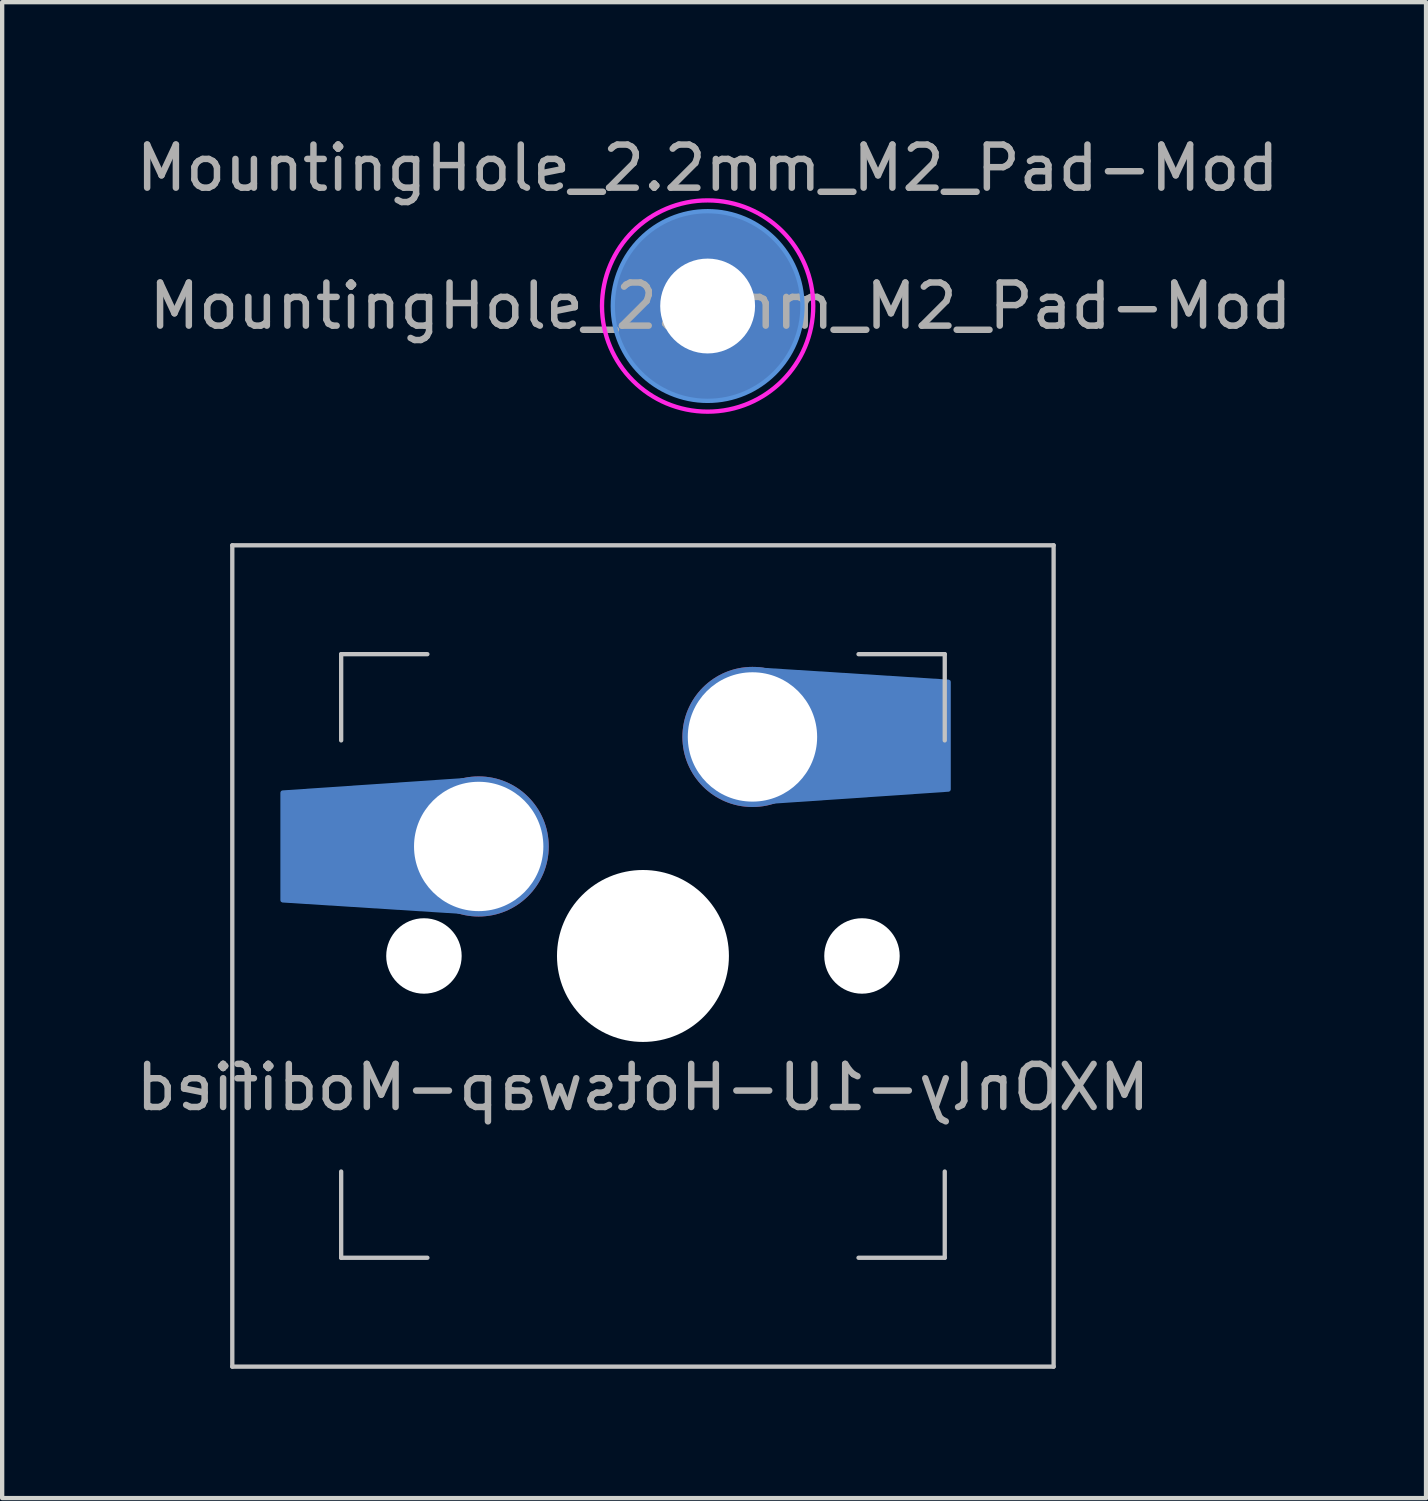
<source format=kicad_pcb>
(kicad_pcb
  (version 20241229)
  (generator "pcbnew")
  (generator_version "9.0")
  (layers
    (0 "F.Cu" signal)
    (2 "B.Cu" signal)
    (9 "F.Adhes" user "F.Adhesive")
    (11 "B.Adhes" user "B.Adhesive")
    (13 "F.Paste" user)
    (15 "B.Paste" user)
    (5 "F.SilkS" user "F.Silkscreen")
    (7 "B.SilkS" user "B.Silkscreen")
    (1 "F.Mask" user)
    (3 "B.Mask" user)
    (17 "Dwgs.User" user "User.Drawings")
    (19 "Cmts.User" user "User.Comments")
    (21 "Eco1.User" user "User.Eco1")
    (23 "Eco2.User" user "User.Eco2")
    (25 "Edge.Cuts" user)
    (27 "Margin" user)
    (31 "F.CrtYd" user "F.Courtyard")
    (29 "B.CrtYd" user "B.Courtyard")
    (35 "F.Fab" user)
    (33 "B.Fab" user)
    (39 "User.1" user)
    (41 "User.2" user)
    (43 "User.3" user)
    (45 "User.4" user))
  (footprint "MountingHole_2.2mm_M2_Pad-Mod"
    (layer "F.Cu")
    (at 13.363 4.048)
    (property "Reference" "MountingHole_2.2mm_M2_Pad-Mod" (at 0 -3.2 0) (layer "F.Fab") (effects (font (size 1 1) (thickness 0.15))))
    (attr exclude_from_pos_files)
    (fp_circle (center 0 0) (end 2.2 0) (stroke (width 0.1) (type solid)) (fill no) (layer "Cmts.User"))
    (fp_circle (center 0 0) (end 2.45 0) (stroke (width 0.1) (type solid)) (fill no) (layer "F.CrtYd"))
    (fp_circle (center 0 0) (end 1.15 0) (stroke (width 0.11) (type solid)) (fill no) (layer "User.2"))
    (fp_text user "${REFERENCE}" (at 0.3 0 0) (layer "F.Fab") (effects (font (size 1 1) (thickness 0.15))))
    (pad "1" thru_hole circle (at 0 0) (size 4.4 4.4) (drill 2.2) (layers "*.Cu" "*.Mask" "Eco1.User")))
  (footprint "MXOnly-1U-Hotswap-Modified"
    (layer "F.Cu")
    (at 11.863 19.123)
    (property "Reference" "MXOnly-1U-Hotswap-Modified" (at 0 3.048 0) (layer "F.Fab") (effects (font (size 1 1) (thickness 0.15)) (justify mirror)))
    (attr through_hole)
    (fp_line (start -9.525 -9.525) (end 9.525 -9.525) (stroke (width 0.1) (type solid)) (layer "Dwgs.User"))
    (fp_line (start -9.525 9.525) (end -9.525 -9.525) (stroke (width 0.1) (type solid)) (layer "Dwgs.User"))
    (fp_line (start -7 -7) (end -7 -5) (stroke (width 0.1) (type solid)) (layer "Dwgs.User"))
    (fp_line (start -7 5) (end -7 7) (stroke (width 0.1) (type solid)) (layer "Dwgs.User"))
    (fp_line (start -7 7) (end -5 7) (stroke (width 0.1) (type solid)) (layer "Dwgs.User"))
    (fp_line (start -5 -7) (end -7 -7) (stroke (width 0.1) (type solid)) (layer "Dwgs.User"))
    (fp_line (start 5 -7) (end 7 -7) (stroke (width 0.1) (type solid)) (layer "Dwgs.User"))
    (fp_line (start 5 7) (end 7 7) (stroke (width 0.1) (type solid)) (layer "Dwgs.User"))
    (fp_line (start 7 -7) (end 7 -5) (stroke (width 0.1) (type solid)) (layer "Dwgs.User"))
    (fp_line (start 7 7) (end 7 5) (stroke (width 0.1) (type solid)) (layer "Dwgs.User"))
    (fp_line (start 9.525 -9.525) (end 9.525 9.525) (stroke (width 0.1) (type solid)) (layer "Dwgs.User"))
    (fp_line (start 9.525 9.525) (end -9.525 9.525) (stroke (width 0.1) (type solid)) (layer "Dwgs.User"))
    (pad "" smd rect (at -7.085 -2.54) (size 2.55 2.5) (layers "B.Mask" "B.Paste"))
    (pad "" np_thru_hole circle (at -5.08 0 48.1) (size 1.75 1.75) (drill 1.75) (layers "*.Cu" "*.Mask"))
    (pad "" np_thru_hole circle (at 0 0) (size 3.988 3.988) (drill 3.988) (layers "*.Cu" "*.Mask"))
    (pad "" np_thru_hole circle (at 5.08 0 48.1) (size 1.75 1.75) (drill 1.75) (layers "*.Cu" "*.Mask"))
    (pad "" smd rect (at 5.815 -5.08) (size 2.55 2.5) (layers "B.Mask" "B.Paste"))
    (pad "1" smd custom (at -5.61 -2.54) (size 5.5 2.5) (layers "B.Cu") (options (anchor rect)) (primitives (gr_poly (pts (xy 1.8 1.54) (xy -2.75 1.25) (xy -2.75 -1.25) (xy 1.8 -1.56)) (width 0.1) (fill yes))))
    (pad "1" thru_hole circle (at -3.81 -2.54) (size 3.25 3.25) (drill 3) (layers "*.Cu" "*.Mask"))
    (pad "2" thru_hole circle (at 2.54 -5.08) (size 3.25 3.25) (drill 3) (layers "*.Cu" "*.Mask"))
    (pad "2" smd custom (at 4.34 -5.08) (size 5.5 2.5) (layers "B.Cu") (options (anchor rect)) (primitives (gr_poly (pts (xy -1.8 -1.57) (xy 2.75 -1.28) (xy 2.75 1.22) (xy -1.8 1.53)) (width 0.1) (fill yes)))))
  (gr_rect
    (start -3 -3)
    (end 30.026 31.698)
    (stroke (width 0.1) (type default))
    (fill no)
    (layer "Edge.Cuts")))
</source>
